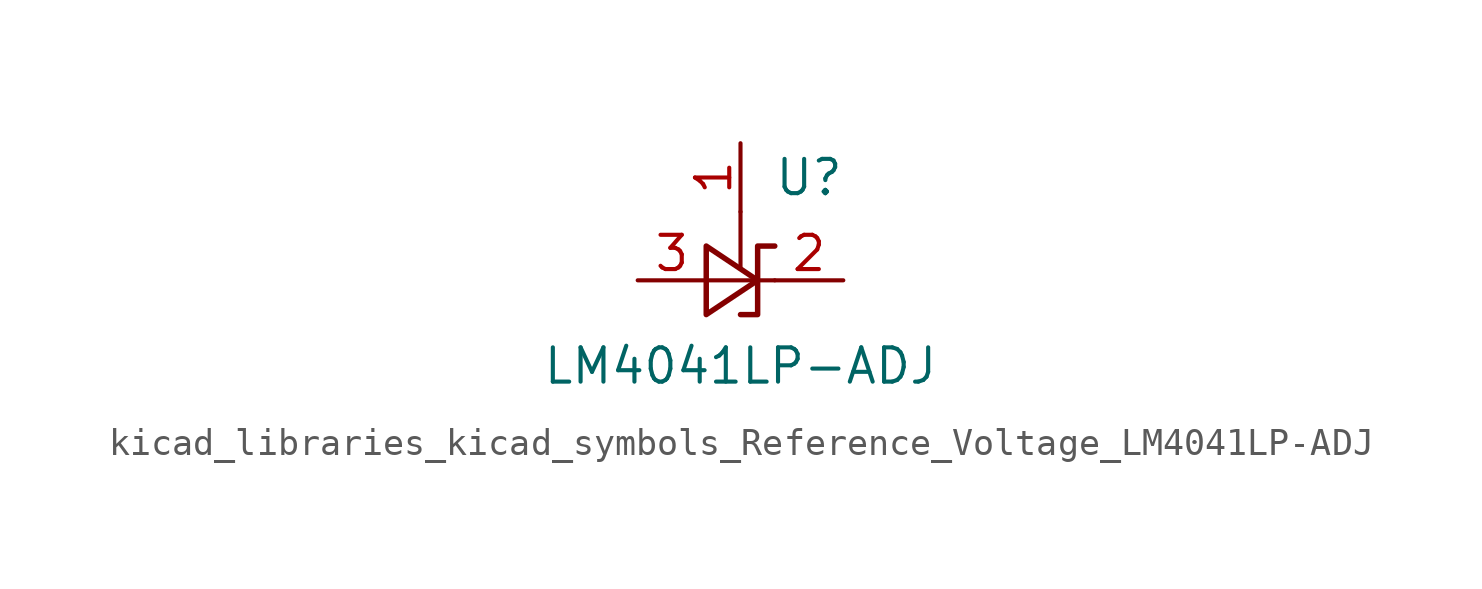
<source format=kicad_sym>
(kicad_symbol_lib
  (version 20220914)
  (generator kicad_symbol_editor)
  (symbol "kicad_libraries_kicad_symbols_Reference_Voltage_LM4041LP-ADJ"
    (pin_names
      (offset 0.025) hide)
    (property "Reference" "U"
      (at 2.54 3.81 0)
      (effects (font (size 1.27 1.27))))
    (property "Value" "LM4041LP-ADJ"
      (at 0 -3.175 0)
      (effects (font (size 1.27 1.27))))
    (symbol "kicad_libraries_kicad_symbols_Reference_Voltage_LM4041LP-ADJ_0_1"
      (polyline (pts (xy 0 2.54) (xy 0 0.508)) (stroke (width 0) (type default)) (fill (type none)))
      (polyline (pts (xy -1.27 0) (xy 0 0) (xy 1.27 0)) (stroke (width 0) (type default)) (fill (type none)))
      (polyline (pts (xy -1.27 -1.27) (xy 0.635 0) (xy -1.27 1.27) (xy -1.27 -1.27)) (stroke (width 0.203) (type default)) (fill (type none)))
      (polyline (pts (xy 0 -1.27) (xy 0.635 -1.27) (xy 0.635 1.27) (xy 1.27 1.27)) (stroke (width 0.203) (type default)) (fill (type none))))
    (symbol "kicad_libraries_kicad_symbols_Reference_Voltage_LM4041LP-ADJ_1_1"
      (pin input line (at 0 5.08 270) (length 2.54) (name "FB" (effects (font (size 1.27 1.27)))) (number "1" (effects (font (size 1.27 1.27)))))
      (pin passive line (at 3.81 0 180) (length 2.54) (name "K" (effects (font (size 1.27 1.27)))) (number "2" (effects (font (size 1.27 1.27)))))
      (pin passive line (at -3.81 0 0) (length 2.54) (name "A" (effects (font (size 1.27 1.27)))) (number "3" (effects (font (size 1.27 1.27))))))))
</source>
